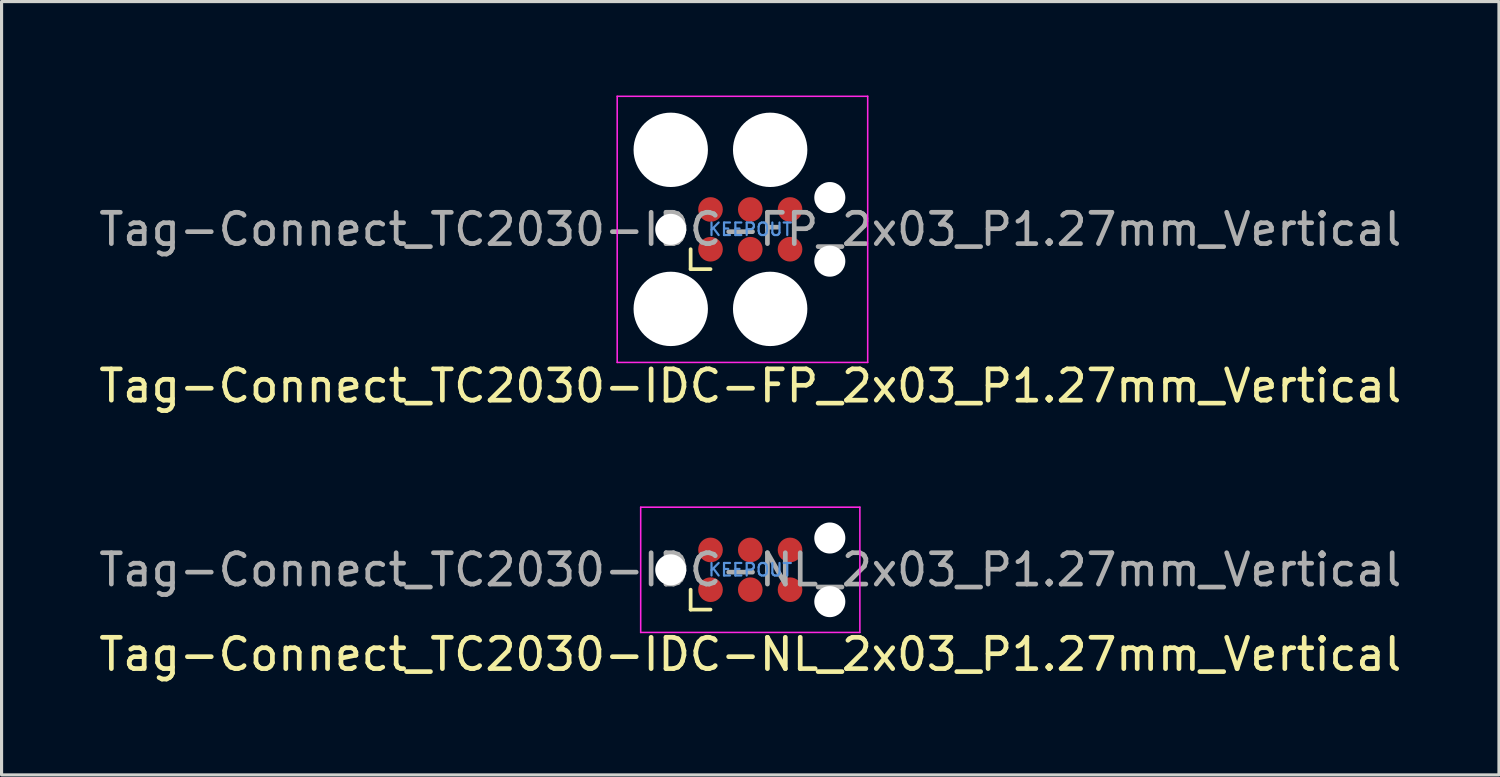
<source format=kicad_pcb>
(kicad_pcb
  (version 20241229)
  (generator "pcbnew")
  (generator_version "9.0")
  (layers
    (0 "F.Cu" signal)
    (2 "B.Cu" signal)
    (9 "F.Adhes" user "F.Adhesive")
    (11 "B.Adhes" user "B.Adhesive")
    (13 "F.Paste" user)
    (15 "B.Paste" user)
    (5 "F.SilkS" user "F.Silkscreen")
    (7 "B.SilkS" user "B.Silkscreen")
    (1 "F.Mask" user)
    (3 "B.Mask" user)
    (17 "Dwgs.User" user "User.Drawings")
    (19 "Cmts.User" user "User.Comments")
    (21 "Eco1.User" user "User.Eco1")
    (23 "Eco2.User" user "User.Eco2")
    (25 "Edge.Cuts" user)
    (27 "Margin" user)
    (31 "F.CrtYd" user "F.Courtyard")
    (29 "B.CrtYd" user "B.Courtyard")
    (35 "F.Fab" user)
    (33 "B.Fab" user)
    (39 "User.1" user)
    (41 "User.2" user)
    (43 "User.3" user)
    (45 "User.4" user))
  (footprint "Tag-Connect_TC2030-IDC-NL_2x03_P1.27mm_Vertical"
    (layer "F.Cu")
    (at 20.911 15.148)
    (property "Reference" "Tag-Connect_TC2030-IDC-NL_2x03_P1.27mm_Vertical" (at 0 2.7 0) (layer "F.SilkS") (effects (font (size 1 1) (thickness 0.15))))
    (attr exclude_from_pos_files exclude_from_bom)
    (fp_line (start -1.905 1.27) (end -1.905 0.635) (stroke (width 0.12) (type solid)) (layer "F.SilkS"))
    (fp_line (start -1.27 1.27) (end -1.905 1.27) (stroke (width 0.12) (type solid)) (layer "F.SilkS"))
    (fp_line (start -3.5 -2) (end 3.5 -2) (stroke (width 0.05) (type solid)) (layer "F.CrtYd"))
    (fp_line (start -3.5 2) (end -3.5 -2) (stroke (width 0.05) (type solid)) (layer "F.CrtYd"))
    (fp_line (start 3.5 -2) (end 3.5 2) (stroke (width 0.05) (type solid)) (layer "F.CrtYd"))
    (fp_line (start 3.5 2) (end -3.5 2) (stroke (width 0.05) (type solid)) (layer "F.CrtYd"))
    (fp_text user "KEEPOUT" (at 0 0 0) (layer "Cmts.User") (effects (font (size 0.4 0.4) (thickness 0.07))))
    (fp_text user "${REFERENCE}" (at 0 0 0) (layer "F.Fab") (effects (font (size 1 1) (thickness 0.15))))
    (pad "" np_thru_hole circle (at -2.54 0) (size 0.991 0.991) (drill 0.991) (layers "*.Cu" "*.Mask"))
    (pad "" np_thru_hole circle (at 2.54 -1.016) (size 0.991 0.991) (drill 0.991) (layers "*.Cu" "*.Mask"))
    (pad "" np_thru_hole circle (at 2.54 1.016) (size 0.991 0.991) (drill 0.991) (layers "*.Cu" "*.Mask"))
    (pad "1" connect circle (at -1.27 0.635) (size 0.787 0.787) (layers "F.Cu" "F.Mask"))
    (pad "2" connect circle (at -1.27 -0.635) (size 0.787 0.787) (layers "F.Cu" "F.Mask"))
    (pad "3" connect circle (at 0 0.635) (size 0.787 0.787) (layers "F.Cu" "F.Mask"))
    (pad "4" connect circle (at 0 -0.635) (size 0.787 0.787) (layers "F.Cu" "F.Mask"))
    (pad "5" connect circle (at 1.27 0.635) (size 0.787 0.787) (layers "F.Cu" "F.Mask"))
    (pad "6" connect circle (at 1.27 -0.635) (size 0.787 0.787) (layers "F.Cu" "F.Mask"))
    (zone (net_name "") (layer "F.Cu") (hatch full 0.508) (connect_pads) (min_thickness 0.254) (filled_areas_thickness no) (keepout (tracks allowed) (vias not_allowed) (pads allowed) (copperpour not_allowed) (footprints not_allowed)) (placement (enabled no)) (fill) (polygon (pts (xy 22.181 14.513) (xy 19.641 14.513) (xy 19.641 15.783) (xy 22.181 15.783)))))
  (footprint "Tag-Connect_TC2030-IDC-FP_2x03_P1.27mm_Vertical"
    (layer "F.Cu")
    (at 20.911 4.275)
    (property "Reference" "Tag-Connect_TC2030-IDC-FP_2x03_P1.27mm_Vertical" (at 0 5 0) (layer "F.SilkS") (effects (font (size 1 1) (thickness 0.15))))
    (attr exclude_from_pos_files exclude_from_bom)
    (fp_line (start -1.905 1.27) (end -1.905 0.635) (stroke (width 0.12) (type solid)) (layer "F.SilkS"))
    (fp_line (start -1.27 1.27) (end -1.905 1.27) (stroke (width 0.12) (type solid)) (layer "F.SilkS"))
    (fp_line (start -4.25 -4.25) (end 3.75 -4.25) (stroke (width 0.05) (type solid)) (layer "F.CrtYd"))
    (fp_line (start -4.25 4.25) (end -4.25 -4.25) (stroke (width 0.05) (type solid)) (layer "F.CrtYd"))
    (fp_line (start 3.75 -4.25) (end 3.75 4.25) (stroke (width 0.05) (type solid)) (layer "F.CrtYd"))
    (fp_line (start 3.75 4.25) (end -4.25 4.25) (stroke (width 0.05) (type solid)) (layer "F.CrtYd"))
    (fp_text user "KEEPOUT" (at 0 0 0) (layer "Cmts.User") (effects (font (size 0.4 0.4) (thickness 0.07))))
    (fp_text user "${REFERENCE}" (at 0 0 0) (layer "F.Fab") (effects (font (size 1 1) (thickness 0.15))))
    (pad "" np_thru_hole circle (at -2.54 -2.54) (size 2.375 2.375) (drill 2.375) (layers "*.Cu" "*.Mask"))
    (pad "" np_thru_hole circle (at -2.54 0) (size 0.991 0.991) (drill 0.991) (layers "*.Cu" "*.Mask"))
    (pad "" np_thru_hole circle (at -2.54 2.54) (size 2.375 2.375) (drill 2.375) (layers "*.Cu" "*.Mask"))
    (pad "" np_thru_hole circle (at 0.635 -2.54) (size 2.375 2.375) (drill 2.375) (layers "*.Cu" "*.Mask"))
    (pad "" np_thru_hole circle (at 0.635 2.54) (size 2.375 2.375) (drill 2.375) (layers "*.Cu" "*.Mask"))
    (pad "" np_thru_hole circle (at 2.54 -1.016) (size 0.991 0.991) (drill 0.991) (layers "*.Cu" "*.Mask"))
    (pad "" np_thru_hole circle (at 2.54 1.016) (size 0.991 0.991) (drill 0.991) (layers "*.Cu" "*.Mask"))
    (pad "1" connect circle (at -1.27 0.635) (size 0.787 0.787) (layers "F.Cu" "F.Mask"))
    (pad "2" connect circle (at -1.27 -0.635) (size 0.787 0.787) (layers "F.Cu" "F.Mask"))
    (pad "3" connect circle (at 0 0.635) (size 0.787 0.787) (layers "F.Cu" "F.Mask"))
    (pad "4" connect circle (at 0 -0.635) (size 0.787 0.787) (layers "F.Cu" "F.Mask"))
    (pad "5" connect circle (at 1.27 0.635) (size 0.787 0.787) (layers "F.Cu" "F.Mask"))
    (pad "6" connect circle (at 1.27 -0.635) (size 0.787 0.787) (layers "F.Cu" "F.Mask"))
    (zone (net_name "") (layer "F.Cu") (hatch full 0.508) (connect_pads) (min_thickness 0.254) (filled_areas_thickness no) (keepout (tracks allowed) (vias not_allowed) (pads allowed) (copperpour not_allowed) (footprints not_allowed)) (placement (enabled no)) (fill) (polygon (pts (xy 22.181 3.64) (xy 19.641 3.64) (xy 19.641 4.91) (xy 22.181 4.91)))))
  (gr_rect
    (start -3 -3)
    (end 44.821 21.697)
    (stroke (width 0.1) (type default))
    (fill no)
    (layer "Edge.Cuts")))
</source>
